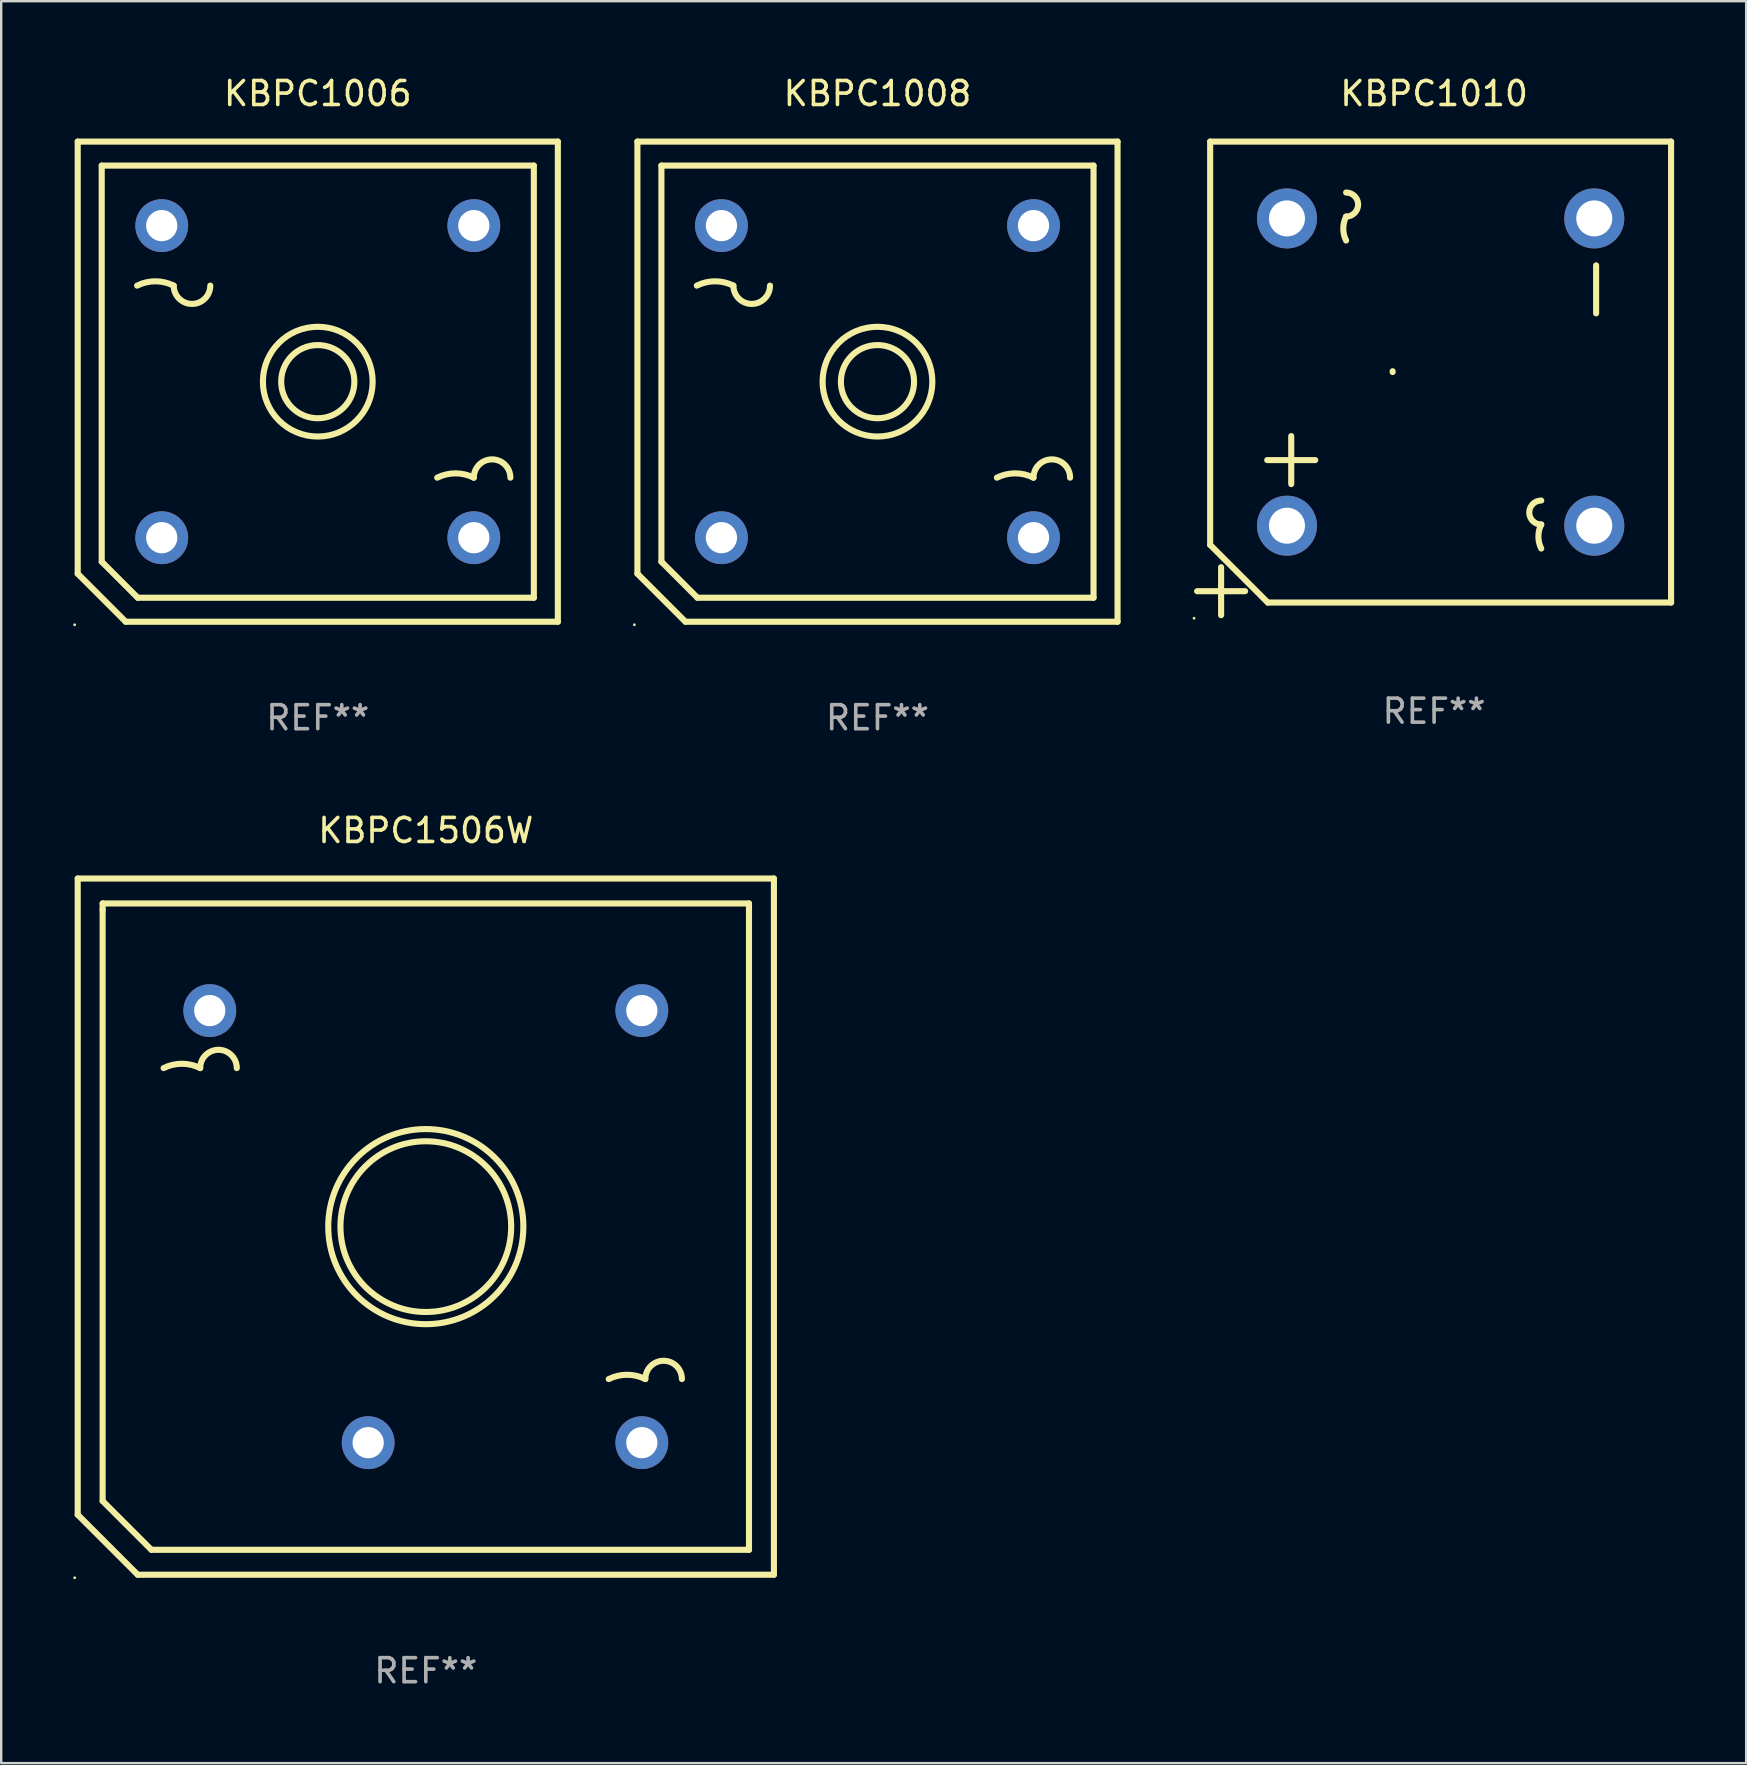
<source format=kicad_pcb>
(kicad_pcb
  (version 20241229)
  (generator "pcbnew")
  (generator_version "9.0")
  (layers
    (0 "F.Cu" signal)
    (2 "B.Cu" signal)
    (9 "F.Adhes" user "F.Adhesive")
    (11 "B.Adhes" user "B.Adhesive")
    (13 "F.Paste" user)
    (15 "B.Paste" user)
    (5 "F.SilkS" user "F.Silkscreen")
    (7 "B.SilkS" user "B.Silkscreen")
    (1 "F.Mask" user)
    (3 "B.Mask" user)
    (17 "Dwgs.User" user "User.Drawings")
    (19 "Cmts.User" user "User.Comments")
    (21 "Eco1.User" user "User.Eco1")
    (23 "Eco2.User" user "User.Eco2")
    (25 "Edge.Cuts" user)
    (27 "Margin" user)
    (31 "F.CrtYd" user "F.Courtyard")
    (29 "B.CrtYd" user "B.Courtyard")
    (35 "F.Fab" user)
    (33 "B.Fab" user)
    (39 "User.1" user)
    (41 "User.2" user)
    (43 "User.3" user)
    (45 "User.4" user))
  (footprint "KBPC1010"
    (layer "F.Cu")
    (at 56.687 12.712)
    (property "Reference" "KBPC1010" (at 0 -11.864 0) (layer "F.SilkS") (effects (font (size 1 1) (thickness 0.15))))
    (attr through_hole)
    (fp_line (start -9.328 -9.864) (end 9.872 -9.864) (stroke (width 0.254) (type solid)) (layer "F.SilkS"))
    (fp_line (start -9.328 6.936) (end -9.328 -9.864) (stroke (width 0.254) (type solid)) (layer "F.SilkS"))
    (fp_line (start -8.872 7.864) (end -8.872 9.864) (stroke (width 0.254) (type solid)) (layer "F.SilkS"))
    (fp_line (start -7.872 8.864) (end -9.872 8.864) (stroke (width 0.254) (type solid)) (layer "F.SilkS"))
    (fp_line (start -6.928 9.336) (end -9.328 6.936) (stroke (width 0.254) (type solid)) (layer "F.SilkS"))
    (fp_line (start -5.951 2.403) (end -5.951 4.403) (stroke (width 0.254) (type solid)) (layer "F.SilkS"))
    (fp_line (start -4.951 3.403) (end -6.951 3.403) (stroke (width 0.254) (type solid)) (layer "F.SilkS"))
    (fp_line (start 6.749 -4.709) (end 6.749 -2.709) (stroke (width 0.254) (type solid)) (layer "F.SilkS"))
    (fp_line (start 9.872 -9.864) (end 9.872 9.336) (stroke (width 0.254) (type solid)) (layer "F.SilkS"))
    (fp_line (start 9.872 9.336) (end -6.928 9.336) (stroke (width 0.254) (type solid)) (layer "F.SilkS"))
    (fp_arc (start -3.665011 -7.741783) (mid -3.165011 -7.241402) (end -3.665011 -6.741021) (stroke (width 0.254001) (type solid)) (layer "F.SilkS"))
    (fp_arc (start -3.665011 -5.742799) (mid -3.782741 -6.24191) (end -3.665011 -6.741021) (stroke (width 0.254001) (type solid)) (layer "F.SilkS"))
    (fp_arc (start -1.726988 -0.264008) (mid -1.727068 -0.281788) (end -1.726988 -0.299568) (stroke (width 0.254001) (type solid)) (layer "F.SilkS"))
    (fp_arc (start 4.463005 6.086005) (mid 3.964782 5.586894) (end 4.463005 5.087783) (stroke (width 0.254001) (type solid)) (layer "F.SilkS"))
    (fp_arc (start 4.463005 7.086767) (mid 4.344841 6.586386) (end 4.463005 6.086005) (stroke (width 0.254001) (type solid)) (layer "F.SilkS"))
    (fp_circle (center -9.999 9.991) (end -9.969 9.991) (stroke (width 0.06) (type solid)) (fill no) (layer "F.SilkS"))
    (fp_text user "REF**" (at 0 13.864 0) (layer "F.Fab") (effects (font (size 1 1) (thickness 0.15))))
    (pad "1" thru_hole circle (at -6.128 6.136) (size 2.5 2.5) (drill 1.5) (layers "*.Cu" "*.Mask"))
    (pad "2" thru_hole circle (at 6.672 6.136) (size 2.5 2.5) (drill 1.5) (layers "*.Cu" "*.Mask"))
    (pad "3" thru_hole circle (at 6.672 -6.664) (size 2.5 2.5) (drill 1.5) (layers "*.Cu" "*.Mask"))
    (pad "4" thru_hole circle (at -6.128 -6.664) (size 2.5 2.5) (drill 1.5) (layers "*.Cu" "*.Mask")))
  (footprint "KBPC1006"
    (layer "F.Cu")
    (at 10.187 12.848)
    (property "Reference" "KBPC1006" (at 0 -12 0) (layer "F.SilkS") (effects (font (size 1 1) (thickness 0.15))))
    (attr through_hole)
    (fp_line (start -10 -10) (end 10 -10) (stroke (width 0.254) (type solid)) (layer "F.SilkS"))
    (fp_line (start -10 8) (end -10 -10) (stroke (width 0.254) (type solid)) (layer "F.SilkS"))
    (fp_line (start -9 -9) (end 9 -9) (stroke (width 0.254) (type solid)) (layer "F.SilkS"))
    (fp_line (start -9 7.5) (end -9 -9) (stroke (width 0.254) (type solid)) (layer "F.SilkS"))
    (fp_line (start -8 10) (end -10 8) (stroke (width 0.254) (type solid)) (layer "F.SilkS"))
    (fp_line (start -7.5 9) (end -9 7.5) (stroke (width 0.254) (type solid)) (layer "F.SilkS"))
    (fp_line (start 9 -9) (end 9 9) (stroke (width 0.254) (type solid)) (layer "F.SilkS"))
    (fp_line (start 9 9) (end -7.5 9) (stroke (width 0.254) (type solid)) (layer "F.SilkS"))
    (fp_line (start 10 -10) (end 10 10) (stroke (width 0.254) (type solid)) (layer "F.SilkS"))
    (fp_line (start 10 10) (end -8 10) (stroke (width 0.254) (type solid)) (layer "F.SilkS"))
    (fp_arc (start -7.525552 -4.000483) (mid -6.763551 -4.180367) (end -6.001549 -4.000483) (stroke (width 0.254001) (type solid)) (layer "F.SilkS"))
    (fp_arc (start -4.477546 -4.000483) (mid -5.239548 -3.238481) (end -6.00155 -4.000483) (stroke (width 0.254001) (type solid)) (layer "F.SilkS"))
    (fp_arc (start 4.974473 3.999441) (mid 5.736474 3.819557) (end 6.498476 3.999441) (stroke (width 0.254001) (type solid)) (layer "F.SilkS"))
    (fp_arc (start 6.498477 3.999441) (mid 7.260478 3.23744) (end 8.022479 3.999441) (stroke (width 0.254001) (type solid)) (layer "F.SilkS"))
    (fp_circle (center -10.127 10.127) (end -10.097 10.127) (stroke (width 0.06) (type solid)) (fill no) (layer "F.SilkS"))
    (fp_circle (center 0 0) (end 1.524 0) (stroke (width 0.254) (type solid)) (fill no) (layer "F.SilkS"))
    (fp_circle (center 0 0) (end 2.286 0) (stroke (width 0.254) (type solid)) (fill no) (layer "F.SilkS"))
    (fp_text user "+" (at -3.67 5.5 0) (layer "B.Mask") (effects (font (size 1 1) (thickness 0.15))))
    (fp_text user "-" (at 3 -6.5 0) (layer "B.Mask") (effects (font (size 1 1) (thickness 0.15))))
    (fp_text user "REF**" (at 0 14 0) (layer "F.Fab") (effects (font (size 1 1) (thickness 0.15))))
    (pad "1" thru_hole circle (at -6.5 6.5) (size 2.2 2.2) (drill 1.3) (layers "*.Cu" "*.Mask"))
    (pad "2" thru_hole circle (at 6.5 6.5) (size 2.2 2.2) (drill 1.3) (layers "*.Cu" "*.Mask"))
    (pad "3" thru_hole circle (at 6.5 -6.5) (size 2.2 2.2) (drill 1.3) (layers "*.Cu" "*.Mask"))
    (pad "4" thru_hole circle (at -6.5 -6.5) (size 2.2 2.2) (drill 1.3) (layers "*.Cu" "*.Mask")))
  (footprint "KBPC1506W"
    (layer "F.Cu")
    (at 14.687 48.045)
    (property "Reference" "KBPC1506W" (at 0 -16.5 0) (layer "F.SilkS") (effects (font (size 1 1) (thickness 0.15))))
    (attr through_hole)
    (fp_line (start -14.5 -14.5) (end 14.5 -14.5) (stroke (width 0.254) (type solid)) (layer "F.SilkS"))
    (fp_line (start -14.5 12) (end -14.5 -14.5) (stroke (width 0.254) (type solid)) (layer "F.SilkS"))
    (fp_line (start -13.462 -13.462) (end 13.462 -13.462) (stroke (width 0.254) (type solid)) (layer "F.SilkS"))
    (fp_line (start -13.462 -13.208) (end -13.462 -13.462) (stroke (width 0.254) (type solid)) (layer "F.SilkS"))
    (fp_line (start -13.462 11.43) (end -13.462 -13.208) (stroke (width 0.254) (type solid)) (layer "F.SilkS"))
    (fp_line (start -12 14.5) (end -14.5 12) (stroke (width 0.254) (type solid)) (layer "F.SilkS"))
    (fp_line (start -11.43 13.462) (end -13.462 11.43) (stroke (width 0.254) (type solid)) (layer "F.SilkS"))
    (fp_line (start 13.462 -13.462) (end 13.462 13.462) (stroke (width 0.254) (type solid)) (layer "F.SilkS"))
    (fp_line (start 13.462 13.462) (end -11.43 13.462) (stroke (width 0.254) (type solid)) (layer "F.SilkS"))
    (fp_line (start 14.5 -14.5) (end 14.5 14.5) (stroke (width 0.254) (type solid)) (layer "F.SilkS"))
    (fp_line (start 14.5 14.5) (end -12 14.5) (stroke (width 0.254) (type solid)) (layer "F.SilkS"))
    (fp_arc (start -10.921895 -6.60414) (mid -10.159893 -6.784024) (end -9.397892 -6.60414) (stroke (width 0.254001) (type solid)) (layer "F.SilkS"))
    (fp_arc (start -9.397891 -6.60414) (mid -8.63589 -7.366141) (end -7.873889 -6.60414) (stroke (width 0.254001) (type solid)) (layer "F.SilkS"))
    (fp_arc (start 7.620142 6.349886) (mid 8.382144 6.170002) (end 9.144145 6.349886) (stroke (width 0.254001) (type solid)) (layer "F.SilkS"))
    (fp_arc (start 9.144146 6.349886) (mid 9.906147 5.587885) (end 10.668148 6.349886) (stroke (width 0.254001) (type solid)) (layer "F.SilkS"))
    (fp_circle (center -14.627 14.627) (end -14.597 14.627) (stroke (width 0.06) (type solid)) (fill no) (layer "F.SilkS"))
    (fp_circle (center 0.000127 -0.000127) (end 3.556 -0.000127) (stroke (width 0.254) (type solid)) (fill no) (layer "F.SilkS"))
    (fp_circle (center 0.000127 -0.000127) (end 4.064 -0.000127) (stroke (width 0.254) (type solid)) (fill no) (layer "F.SilkS"))
    (fp_text user "+" (at -3.302 11.684 0) (layer "B.Mask") (effects (font (size 1 1) (thickness 0.15))))
    (fp_text user "-" (at 7.874 -6.858 0) (layer "B.Mask") (effects (font (size 1 1) (thickness 0.15))))
    (fp_text user "REF**" (at 0 18.5 0) (layer "F.Fab") (effects (font (size 1 1) (thickness 0.15))))
    (pad "1" thru_hole circle (at -2.401 8.999) (size 2.2 2.2) (drill 1.3) (layers "*.Cu" "*.Mask"))
    (pad "2" thru_hole circle (at -8.999 -8.999) (size 2.2 2.2) (drill 1.3) (layers "*.Cu" "*.Mask"))
    (pad "3" thru_hole circle (at 8.999 -8.999) (size 2.2 2.2) (drill 1.3) (layers "*.Cu" "*.Mask"))
    (pad "4" thru_hole circle (at 8.999 8.999) (size 2.2 2.2) (drill 1.3) (layers "*.Cu" "*.Mask")))
  (footprint "KBPC1008"
    (layer "F.Cu")
    (at 33.501 12.848)
    (property "Reference" "KBPC1008" (at 0 -12 0) (layer "F.SilkS") (effects (font (size 1 1) (thickness 0.15))))
    (attr through_hole)
    (fp_line (start -10 -10) (end 10 -10) (stroke (width 0.254) (type solid)) (layer "F.SilkS"))
    (fp_line (start -10 8) (end -10 -10) (stroke (width 0.254) (type solid)) (layer "F.SilkS"))
    (fp_line (start -9 -9) (end 9 -9) (stroke (width 0.254) (type solid)) (layer "F.SilkS"))
    (fp_line (start -9 7.5) (end -9 -9) (stroke (width 0.254) (type solid)) (layer "F.SilkS"))
    (fp_line (start -8 10) (end -10 8) (stroke (width 0.254) (type solid)) (layer "F.SilkS"))
    (fp_line (start -7.5 9) (end -9 7.5) (stroke (width 0.254) (type solid)) (layer "F.SilkS"))
    (fp_line (start 9 -9) (end 9 9) (stroke (width 0.254) (type solid)) (layer "F.SilkS"))
    (fp_line (start 9 9) (end -7.5 9) (stroke (width 0.254) (type solid)) (layer "F.SilkS"))
    (fp_line (start 10 -10) (end 10 10) (stroke (width 0.254) (type solid)) (layer "F.SilkS"))
    (fp_line (start 10 10) (end -8 10) (stroke (width 0.254) (type solid)) (layer "F.SilkS"))
    (fp_arc (start -7.525552 -4.000483) (mid -6.763551 -4.180367) (end -6.001549 -4.000483) (stroke (width 0.254001) (type solid)) (layer "F.SilkS"))
    (fp_arc (start -4.477546 -4.000483) (mid -5.239548 -3.238481) (end -6.00155 -4.000483) (stroke (width 0.254001) (type solid)) (layer "F.SilkS"))
    (fp_arc (start 4.974473 3.999441) (mid 5.736474 3.819557) (end 6.498476 3.999441) (stroke (width 0.254001) (type solid)) (layer "F.SilkS"))
    (fp_arc (start 6.498477 3.999441) (mid 7.260478 3.23744) (end 8.022479 3.999441) (stroke (width 0.254001) (type solid)) (layer "F.SilkS"))
    (fp_circle (center -10.127 10.127) (end -10.097 10.127) (stroke (width 0.06) (type solid)) (fill no) (layer "F.SilkS"))
    (fp_circle (center 0 0) (end 1.524 0) (stroke (width 0.254) (type solid)) (fill no) (layer "F.SilkS"))
    (fp_circle (center 0 0) (end 2.286 0) (stroke (width 0.254) (type solid)) (fill no) (layer "F.SilkS"))
    (fp_text user "-" (at 3 -6.5 0) (layer "B.Mask") (effects (font (size 1 1) (thickness 0.15))))
    (fp_text user "+" (at -3.67 5.5 0) (layer "B.Mask") (effects (font (size 1 1) (thickness 0.15))))
    (fp_text user "REF**" (at 0 14 0) (layer "F.Fab") (effects (font (size 1 1) (thickness 0.15))))
    (pad "1" thru_hole circle (at -6.5 6.5) (size 2.2 2.2) (drill 1.3) (layers "*.Cu" "*.Mask"))
    (pad "2" thru_hole circle (at 6.5 6.5) (size 2.2 2.2) (drill 1.3) (layers "*.Cu" "*.Mask"))
    (pad "3" thru_hole circle (at 6.5 -6.5) (size 2.2 2.2) (drill 1.3) (layers "*.Cu" "*.Mask"))
    (pad "4" thru_hole circle (at -6.5 -6.5) (size 2.2 2.2) (drill 1.3) (layers "*.Cu" "*.Mask")))
  (gr_rect
    (start -3 -3)
    (end 69.686 70.393)
    (stroke (width 0.1) (type default))
    (fill no)
    (layer "Edge.Cuts")))
</source>
